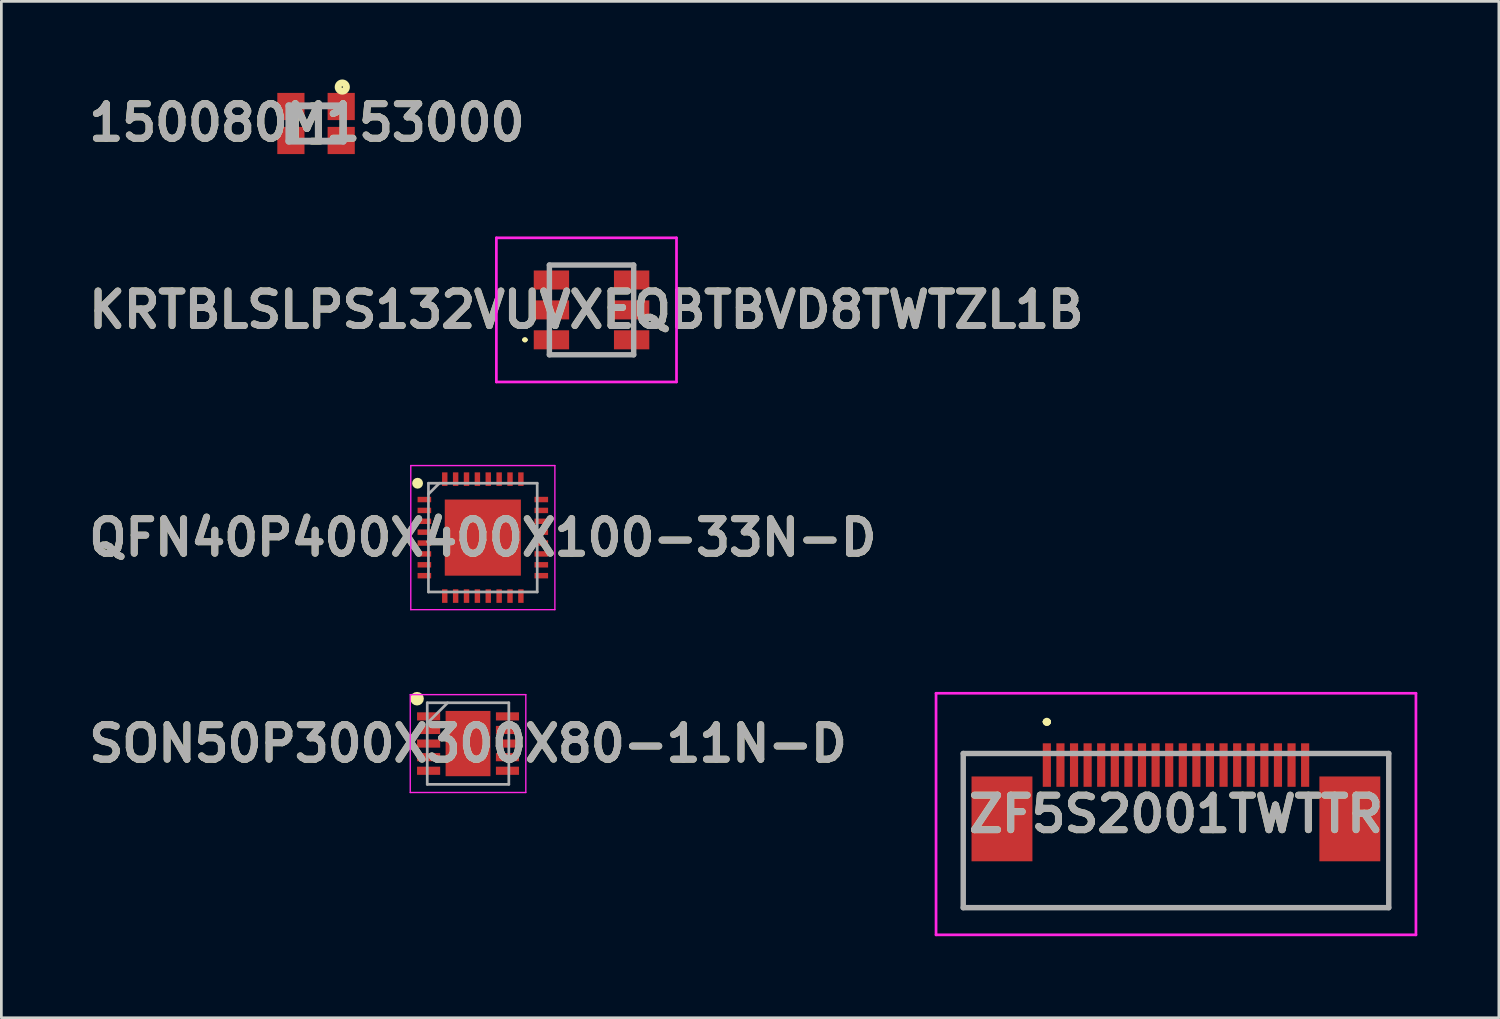
<source format=kicad_pcb>
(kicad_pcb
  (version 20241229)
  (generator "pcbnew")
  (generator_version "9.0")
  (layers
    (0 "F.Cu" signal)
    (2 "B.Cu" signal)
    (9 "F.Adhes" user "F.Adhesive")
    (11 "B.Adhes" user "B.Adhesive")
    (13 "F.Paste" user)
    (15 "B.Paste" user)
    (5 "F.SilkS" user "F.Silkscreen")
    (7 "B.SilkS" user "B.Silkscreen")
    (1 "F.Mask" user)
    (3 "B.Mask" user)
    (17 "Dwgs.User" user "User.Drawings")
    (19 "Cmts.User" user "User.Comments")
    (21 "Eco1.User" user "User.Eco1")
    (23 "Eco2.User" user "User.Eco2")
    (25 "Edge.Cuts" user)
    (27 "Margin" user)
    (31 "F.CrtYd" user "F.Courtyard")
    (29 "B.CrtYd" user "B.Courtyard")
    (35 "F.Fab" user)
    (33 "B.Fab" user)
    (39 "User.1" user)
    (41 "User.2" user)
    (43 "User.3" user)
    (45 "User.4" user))
  (footprint "KRTBLSLPS132VUVXEQBTBVD8TWTZL1B"
    (layer "F.Cu")
    (at 18.706 8.348)
    (property "Reference" "KRTBLSLPS132VUVXEQBTBVD8TWTZL1B" (at -0.188 0 0) (layer "F.SilkS") (effects (font (size 1.27 1.27) (thickness 0.254))))
    (attr smd)
    (fp_line (start -2.5 1.1) (end -2.5 1.1) (stroke (width 0.1) (type solid)) (layer "F.SilkS"))
    (fp_line (start -2.4 1.1) (end -2.4 1.1) (stroke (width 0.1) (type solid)) (layer "F.SilkS"))
    (fp_line (start -1.55 -1.65) (end 1.475 -1.65) (stroke (width 0.1) (type solid)) (layer "F.SilkS"))
    (fp_line (start -1.55 1.65) (end 1.475 1.65) (stroke (width 0.1) (type solid)) (layer "F.SilkS"))
    (fp_arc (start -2.5 1.1) (mid -2.45 1.05) (end -2.4 1.1) (stroke (width 0.1) (type solid)) (layer "F.SilkS"))
    (fp_arc (start -2.4 1.1) (mid -2.45 1.15) (end -2.5 1.1) (stroke (width 0.1) (type solid)) (layer "F.SilkS"))
    (fp_line (start -3.5 -2.65) (end 3.125 -2.65) (stroke (width 0.1) (type solid)) (layer "F.CrtYd"))
    (fp_line (start -3.5 2.65) (end -3.5 -2.65) (stroke (width 0.1) (type solid)) (layer "F.CrtYd"))
    (fp_line (start 3.125 -2.65) (end 3.125 2.65) (stroke (width 0.1) (type solid)) (layer "F.CrtYd"))
    (fp_line (start 3.125 2.65) (end -3.5 2.65) (stroke (width 0.1) (type solid)) (layer "F.CrtYd"))
    (fp_line (start -1.55 -1.65) (end 1.55 -1.65) (stroke (width 0.2) (type solid)) (layer "F.Fab"))
    (fp_line (start -1.55 1.65) (end -1.55 -1.65) (stroke (width 0.2) (type solid)) (layer "F.Fab"))
    (fp_line (start 1.55 -1.65) (end 1.55 1.65) (stroke (width 0.2) (type solid)) (layer "F.Fab"))
    (fp_line (start 1.55 1.65) (end -1.55 1.65) (stroke (width 0.2) (type solid)) (layer "F.Fab"))
    (fp_text user "${REFERENCE}" (at -0.188 0 0) (layer "F.Fab") (effects (font (size 1.27 1.27) (thickness 0.254))))
    (pad "A1" smd rect (at -1.475 1.1 90) (size 0.7 1.3) (layers "F.Cu" "F.Mask" "F.Paste"))
    (pad "A2" smd rect (at -1.475 0 90) (size 0.7 1.3) (layers "F.Cu" "F.Mask" "F.Paste"))
    (pad "A3" smd rect (at -1.475 -1.1 90) (size 0.7 1.3) (layers "F.Cu" "F.Mask" "F.Paste"))
    (pad "C1" smd rect (at 1.475 1.1 90) (size 0.7 1.3) (layers "F.Cu" "F.Mask" "F.Paste"))
    (pad "C2" smd rect (at 1.475 0 90) (size 0.7 1.3) (layers "F.Cu" "F.Mask" "F.Paste"))
    (pad "C3" smd rect (at 1.475 -1.1 90) (size 0.7 1.3) (layers "F.Cu" "F.Mask" "F.Paste")))
  (footprint "ZF5S2001TWTTR"
    (layer "F.Cu")
    (at 40.202 27.498)
    (property "Reference" "ZF5S2001TWTTR" (at 0 -0.607 0) (layer "F.SilkS") (effects (font (size 1.27 1.27) (thickness 0.254))))
    (attr smd)
    (fp_line (start -7.825 -2.835) (end -7.825 -2.835) (stroke (width 0.1) (type solid)) (layer "F.SilkS"))
    (fp_line (start -7.825 -2.835) (end -5.5 -2.835) (stroke (width 0.1) (type solid)) (layer "F.SilkS"))
    (fp_line (start -7.825 1.84) (end -7.825 1.84) (stroke (width 0.1) (type solid)) (layer "F.SilkS"))
    (fp_line (start -7.825 1.84) (end -7.825 2.835) (stroke (width 0.1) (type solid)) (layer "F.SilkS"))
    (fp_line (start -7.825 2.835) (end -7.825 1.84) (stroke (width 0.1) (type solid)) (layer "F.SilkS"))
    (fp_line (start -7.825 2.835) (end -7.825 2.835) (stroke (width 0.1) (type solid)) (layer "F.SilkS"))
    (fp_line (start -7.825 2.835) (end -7.825 2.835) (stroke (width 0.1) (type solid)) (layer "F.SilkS"))
    (fp_line (start -7.825 2.835) (end 7.75 2.835) (stroke (width 0.1) (type solid)) (layer "F.SilkS"))
    (fp_line (start -5.5 -2.835) (end -7.825 -2.835) (stroke (width 0.1) (type solid)) (layer "F.SilkS"))
    (fp_line (start -5.5 -2.835) (end -5.5 -2.835) (stroke (width 0.1) (type solid)) (layer "F.SilkS"))
    (fp_line (start -4.8 -4) (end -4.8 -4) (stroke (width 0.2) (type solid)) (layer "F.SilkS"))
    (fp_line (start -4.8 -4) (end -4.8 -4) (stroke (width 0.2) (type solid)) (layer "F.SilkS"))
    (fp_line (start -4.7 -4) (end -4.7 -4) (stroke (width 0.2) (type solid)) (layer "F.SilkS"))
    (fp_line (start 5.75 -2.835) (end 5.75 -2.835) (stroke (width 0.1) (type solid)) (layer "F.SilkS"))
    (fp_line (start 5.75 -2.835) (end 7.75 -2.835) (stroke (width 0.1) (type solid)) (layer "F.SilkS"))
    (fp_line (start 7.75 -2.835) (end 5.75 -2.835) (stroke (width 0.1) (type solid)) (layer "F.SilkS"))
    (fp_line (start 7.75 -2.835) (end 7.75 -2.835) (stroke (width 0.1) (type solid)) (layer "F.SilkS"))
    (fp_line (start 7.75 2.835) (end -7.825 2.835) (stroke (width 0.1) (type solid)) (layer "F.SilkS"))
    (fp_line (start 7.75 2.835) (end 7.75 2.835) (stroke (width 0.1) (type solid)) (layer "F.SilkS"))
    (fp_line (start 7.825 1.84) (end 7.825 1.84) (stroke (width 0.1) (type solid)) (layer "F.SilkS"))
    (fp_line (start 7.825 1.84) (end 7.825 2.835) (stroke (width 0.1) (type solid)) (layer "F.SilkS"))
    (fp_line (start 7.825 2.835) (end 7.825 1.84) (stroke (width 0.1) (type solid)) (layer "F.SilkS"))
    (fp_line (start 7.825 2.835) (end 7.825 2.835) (stroke (width 0.1) (type solid)) (layer "F.SilkS"))
    (fp_arc (start -4.8 -4) (mid -4.75 -4.05) (end -4.7 -4) (stroke (width 0.2) (type solid)) (layer "F.SilkS"))
    (fp_arc (start -4.7 -4) (mid -4.75 -3.95) (end -4.8 -4) (stroke (width 0.2) (type solid)) (layer "F.SilkS"))
    (fp_arc (start -4.7 -4) (mid -4.75 -3.95) (end -4.8 -4) (stroke (width 0.2) (type solid)) (layer "F.SilkS"))
    (fp_line (start -8.825 -5.05) (end 8.825 -5.05) (stroke (width 0.1) (type solid)) (layer "F.CrtYd"))
    (fp_line (start -8.825 3.835) (end -8.825 -5.05) (stroke (width 0.1) (type solid)) (layer "F.CrtYd"))
    (fp_line (start 8.825 -5.05) (end 8.825 3.835) (stroke (width 0.1) (type solid)) (layer "F.CrtYd"))
    (fp_line (start 8.825 3.835) (end -8.825 3.835) (stroke (width 0.1) (type solid)) (layer "F.CrtYd"))
    (fp_line (start -7.825 -2.835) (end -7.825 2.835) (stroke (width 0.2) (type solid)) (layer "F.Fab"))
    (fp_line (start -7.825 2.835) (end 7.825 2.835) (stroke (width 0.2) (type solid)) (layer "F.Fab"))
    (fp_line (start 7.825 -2.835) (end -7.825 -2.835) (stroke (width 0.2) (type solid)) (layer "F.Fab"))
    (fp_line (start 7.825 2.835) (end 7.825 -2.835) (stroke (width 0.2) (type solid)) (layer "F.Fab"))
    (fp_text user "${REFERENCE}" (at 0 -0.607 0) (layer "F.Fab") (effects (font (size 1.27 1.27) (thickness 0.254))))
    (pad "1" smd rect (at -4.75 -2.41) (size 0.3 1.6) (layers "F.Cu" "F.Mask" "F.Paste"))
    (pad "2" smd rect (at -4.25 -2.41) (size 0.3 1.6) (layers "F.Cu" "F.Mask" "F.Paste"))
    (pad "3" smd rect (at -3.75 -2.41) (size 0.3 1.6) (layers "F.Cu" "F.Mask" "F.Paste"))
    (pad "4" smd rect (at -3.25 -2.41) (size 0.3 1.6) (layers "F.Cu" "F.Mask" "F.Paste"))
    (pad "5" smd rect (at -2.75 -2.41) (size 0.3 1.6) (layers "F.Cu" "F.Mask" "F.Paste"))
    (pad "6" smd rect (at -2.25 -2.41) (size 0.3 1.6) (layers "F.Cu" "F.Mask" "F.Paste"))
    (pad "7" smd rect (at -1.75 -2.41) (size 0.3 1.6) (layers "F.Cu" "F.Mask" "F.Paste"))
    (pad "8" smd rect (at -1.25 -2.41) (size 0.3 1.6) (layers "F.Cu" "F.Mask" "F.Paste"))
    (pad "9" smd rect (at -0.75 -2.41) (size 0.3 1.6) (layers "F.Cu" "F.Mask" "F.Paste"))
    (pad "10" smd rect (at -0.25 -2.41) (size 0.3 1.6) (layers "F.Cu" "F.Mask" "F.Paste"))
    (pad "11" smd rect (at 0.25 -2.41) (size 0.3 1.6) (layers "F.Cu" "F.Mask" "F.Paste"))
    (pad "12" smd rect (at 0.75 -2.41) (size 0.3 1.6) (layers "F.Cu" "F.Mask" "F.Paste"))
    (pad "13" smd rect (at 1.25 -2.41) (size 0.3 1.6) (layers "F.Cu" "F.Mask" "F.Paste"))
    (pad "14" smd rect (at 1.75 -2.41) (size 0.3 1.6) (layers "F.Cu" "F.Mask" "F.Paste"))
    (pad "15" smd rect (at 2.25 -2.41) (size 0.3 1.6) (layers "F.Cu" "F.Mask" "F.Paste"))
    (pad "16" smd rect (at 2.75 -2.41) (size 0.3 1.6) (layers "F.Cu" "F.Mask" "F.Paste"))
    (pad "17" smd rect (at 3.25 -2.41) (size 0.3 1.6) (layers "F.Cu" "F.Mask" "F.Paste"))
    (pad "18" smd rect (at 3.75 -2.41) (size 0.3 1.6) (layers "F.Cu" "F.Mask" "F.Paste"))
    (pad "19" smd rect (at 4.25 -2.41) (size 0.3 1.6) (layers "F.Cu" "F.Mask" "F.Paste"))
    (pad "20" smd rect (at 4.75 -2.41) (size 0.3 1.6) (layers "F.Cu" "F.Mask" "F.Paste"))
    (pad "MP1" smd rect (at -6.4 -0.43) (size 2.24 3.12) (layers "F.Cu" "F.Mask" "F.Paste"))
    (pad "MP2" smd rect (at 6.394 -0.43) (size 2.24 3.12) (layers "F.Cu" "F.Mask" "F.Paste")))
  (footprint "SON50P300X300X80-11N-D"
    (layer "F.Cu")
    (at 14.164 24.298)
    (property "Reference" "SON50P300X300X80-11N-D" (at 0 0 0) (layer "F.SilkS") (effects (font (size 1.27 1.27) (thickness 0.254))))
    (attr smd)
    (fp_circle (center -1.875 -1.65) (end -1.875 -1.525) (stroke (width 0.25) (type solid)) (fill no) (layer "F.SilkS"))
    (fp_line (start -2.125 -1.8) (end 2.125 -1.8) (stroke (width 0.05) (type solid)) (layer "F.CrtYd"))
    (fp_line (start -2.125 1.8) (end -2.125 -1.8) (stroke (width 0.05) (type solid)) (layer "F.CrtYd"))
    (fp_line (start 2.125 -1.8) (end 2.125 1.8) (stroke (width 0.05) (type solid)) (layer "F.CrtYd"))
    (fp_line (start 2.125 1.8) (end -2.125 1.8) (stroke (width 0.05) (type solid)) (layer "F.CrtYd"))
    (fp_line (start -1.5 -1.5) (end 1.5 -1.5) (stroke (width 0.1) (type solid)) (layer "F.Fab"))
    (fp_line (start -1.5 -0.75) (end -0.75 -1.5) (stroke (width 0.1) (type solid)) (layer "F.Fab"))
    (fp_line (start -1.5 1.5) (end -1.5 -1.5) (stroke (width 0.1) (type solid)) (layer "F.Fab"))
    (fp_line (start 1.5 -1.5) (end 1.5 1.5) (stroke (width 0.1) (type solid)) (layer "F.Fab"))
    (fp_line (start 1.5 1.5) (end -1.5 1.5) (stroke (width 0.1) (type solid)) (layer "F.Fab"))
    (fp_text user "${REFERENCE}" (at 0 0 0) (layer "F.Fab") (effects (font (size 1.27 1.27) (thickness 0.254))))
    (pad "1" smd rect (at -1.45 -1 90) (size 0.3 0.85) (layers "F.Cu" "F.Mask" "F.Paste"))
    (pad "2" smd rect (at -1.45 -0.5 90) (size 0.3 0.85) (layers "F.Cu" "F.Mask" "F.Paste"))
    (pad "3" smd rect (at -1.45 0 90) (size 0.3 0.85) (layers "F.Cu" "F.Mask" "F.Paste"))
    (pad "4" smd rect (at -1.45 0.5 90) (size 0.3 0.85) (layers "F.Cu" "F.Mask" "F.Paste"))
    (pad "5" smd rect (at -1.45 1 90) (size 0.3 0.85) (layers "F.Cu" "F.Mask" "F.Paste"))
    (pad "6" smd rect (at 1.45 1 90) (size 0.3 0.85) (layers "F.Cu" "F.Mask" "F.Paste"))
    (pad "7" smd rect (at 1.45 0.5 90) (size 0.3 0.85) (layers "F.Cu" "F.Mask" "F.Paste"))
    (pad "8" smd rect (at 1.45 0 90) (size 0.3 0.85) (layers "F.Cu" "F.Mask" "F.Paste"))
    (pad "9" smd rect (at 1.45 -0.5 90) (size 0.3 0.85) (layers "F.Cu" "F.Mask" "F.Paste"))
    (pad "10" smd rect (at 1.45 -1 90) (size 0.3 0.85) (layers "F.Cu" "F.Mask" "F.Paste"))
    (pad "11" smd rect (at 0 0) (size 1.65 2.4) (layers "F.Cu" "F.Mask" "F.Paste")))
  (footprint "150080M153000"
    (layer "F.Cu")
    (at 8.574 1.492)
    (property "Reference" "150080M153000" (at -0.337 -0.032 0) (layer "F.SilkS") (effects (font (size 1.27 1.27) (thickness 0.254))))
    (attr smd)
    (fp_line (start -0.15 -0.65) (end 0.15 -0.65) (stroke (width 0.254) (type solid)) (layer "F.SilkS"))
    (fp_line (start -0.15 0.65) (end 0.15 0.65) (stroke (width 0.254) (type solid)) (layer "F.SilkS"))
    (fp_circle (center 0.965 -1.34) (end 0.965 -1.315) (stroke (width 0.254) (type solid)) (fill no) (layer "F.SilkS"))
    (fp_line (start -1 -0.65) (end 1 -0.65) (stroke (width 0.254) (type solid)) (layer "F.Fab"))
    (fp_line (start -1 0.65) (end -1 -0.65) (stroke (width 0.254) (type solid)) (layer "F.Fab"))
    (fp_line (start 1 -0.65) (end 1 0.65) (stroke (width 0.254) (type solid)) (layer "F.Fab"))
    (fp_line (start 1 0.65) (end -1 0.65) (stroke (width 0.254) (type solid)) (layer "F.Fab"))
    (fp_text user "${REFERENCE}" (at -0.337 -0.032 0) (layer "F.Fab") (effects (font (size 1.27 1.27) (thickness 0.254))))
    (pad "1" smd rect (at 0.925 -0.625 90) (size 1 1) (layers "F.Cu" "F.Mask" "F.Paste"))
    (pad "2" smd rect (at 0.925 0.625 90) (size 1 1) (layers "F.Cu" "F.Mask" "F.Paste"))
    (pad "3" smd rect (at -0.925 0.625 90) (size 1 1) (layers "F.Cu" "F.Mask" "F.Paste"))
    (pad "4" smd rect (at -0.925 -0.625 90) (size 1 1) (layers "F.Cu" "F.Mask" "F.Paste")))
  (footprint "QFN40P400X400X100-33N-D"
    (layer "F.Cu")
    (at 14.708 16.723)
    (property "Reference" "QFN40P400X400X100-33N-D" (at 0 0 0) (layer "F.SilkS") (effects (font (size 1.27 1.27) (thickness 0.254))))
    (attr smd)
    (fp_circle (center -2.4 -2) (end -2.4 -1.9) (stroke (width 0.2) (type solid)) (fill no) (layer "F.SilkS"))
    (fp_line (start -2.65 -2.65) (end 2.65 -2.65) (stroke (width 0.05) (type solid)) (layer "F.CrtYd"))
    (fp_line (start -2.65 2.65) (end -2.65 -2.65) (stroke (width 0.05) (type solid)) (layer "F.CrtYd"))
    (fp_line (start 2.65 -2.65) (end 2.65 2.65) (stroke (width 0.05) (type solid)) (layer "F.CrtYd"))
    (fp_line (start 2.65 2.65) (end -2.65 2.65) (stroke (width 0.05) (type solid)) (layer "F.CrtYd"))
    (fp_line (start -2 -2) (end 2 -2) (stroke (width 0.1) (type solid)) (layer "F.Fab"))
    (fp_line (start -2 -1.6) (end -1.6 -2) (stroke (width 0.1) (type solid)) (layer "F.Fab"))
    (fp_line (start -2 2) (end -2 -2) (stroke (width 0.1) (type solid)) (layer "F.Fab"))
    (fp_line (start 2 -2) (end 2 2) (stroke (width 0.1) (type solid)) (layer "F.Fab"))
    (fp_line (start 2 2) (end -2 2) (stroke (width 0.1) (type solid)) (layer "F.Fab"))
    (fp_text user "${REFERENCE}" (at 0 0 0) (layer "F.Fab") (effects (font (size 1.27 1.27) (thickness 0.254))))
    (pad "1" smd rect (at -2.15 -1.4 90) (size 0.2 0.5) (layers "F.Cu" "F.Mask" "F.Paste"))
    (pad "2" smd rect (at -2.15 -1 90) (size 0.2 0.5) (layers "F.Cu" "F.Mask" "F.Paste"))
    (pad "3" smd rect (at -2.15 -0.6 90) (size 0.2 0.5) (layers "F.Cu" "F.Mask" "F.Paste"))
    (pad "4" smd rect (at -2.15 -0.2 90) (size 0.2 0.5) (layers "F.Cu" "F.Mask" "F.Paste"))
    (pad "5" smd rect (at -2.15 0.2 90) (size 0.2 0.5) (layers "F.Cu" "F.Mask" "F.Paste"))
    (pad "6" smd rect (at -2.15 0.6 90) (size 0.2 0.5) (layers "F.Cu" "F.Mask" "F.Paste"))
    (pad "7" smd rect (at -2.15 1 90) (size 0.2 0.5) (layers "F.Cu" "F.Mask" "F.Paste"))
    (pad "8" smd rect (at -2.15 1.4 90) (size 0.2 0.5) (layers "F.Cu" "F.Mask" "F.Paste"))
    (pad "9" smd rect (at -1.4 2.15) (size 0.2 0.5) (layers "F.Cu" "F.Mask" "F.Paste"))
    (pad "10" smd rect (at -1 2.15) (size 0.2 0.5) (layers "F.Cu" "F.Mask" "F.Paste"))
    (pad "11" smd rect (at -0.6 2.15) (size 0.2 0.5) (layers "F.Cu" "F.Mask" "F.Paste"))
    (pad "12" smd rect (at -0.2 2.15) (size 0.2 0.5) (layers "F.Cu" "F.Mask" "F.Paste"))
    (pad "13" smd rect (at 0.2 2.15) (size 0.2 0.5) (layers "F.Cu" "F.Mask" "F.Paste"))
    (pad "14" smd rect (at 0.6 2.15) (size 0.2 0.5) (layers "F.Cu" "F.Mask" "F.Paste"))
    (pad "15" smd rect (at 1 2.15) (size 0.2 0.5) (layers "F.Cu" "F.Mask" "F.Paste"))
    (pad "16" smd rect (at 1.4 2.15) (size 0.2 0.5) (layers "F.Cu" "F.Mask" "F.Paste"))
    (pad "17" smd rect (at 2.15 1.4 90) (size 0.2 0.5) (layers "F.Cu" "F.Mask" "F.Paste"))
    (pad "18" smd rect (at 2.15 1 90) (size 0.2 0.5) (layers "F.Cu" "F.Mask" "F.Paste"))
    (pad "19" smd rect (at 2.15 0.6 90) (size 0.2 0.5) (layers "F.Cu" "F.Mask" "F.Paste"))
    (pad "20" smd rect (at 2.15 0.2 90) (size 0.2 0.5) (layers "F.Cu" "F.Mask" "F.Paste"))
    (pad "21" smd rect (at 2.15 -0.2 90) (size 0.2 0.5) (layers "F.Cu" "F.Mask" "F.Paste"))
    (pad "22" smd rect (at 2.15 -0.6 90) (size 0.2 0.5) (layers "F.Cu" "F.Mask" "F.Paste"))
    (pad "23" smd rect (at 2.15 -1 90) (size 0.2 0.5) (layers "F.Cu" "F.Mask" "F.Paste"))
    (pad "24" smd rect (at 2.15 -1.4 90) (size 0.2 0.5) (layers "F.Cu" "F.Mask" "F.Paste"))
    (pad "25" smd rect (at 1.4 -2.15) (size 0.2 0.5) (layers "F.Cu" "F.Mask" "F.Paste"))
    (pad "26" smd rect (at 1 -2.15) (size 0.2 0.5) (layers "F.Cu" "F.Mask" "F.Paste"))
    (pad "27" smd rect (at 0.6 -2.15) (size 0.2 0.5) (layers "F.Cu" "F.Mask" "F.Paste"))
    (pad "28" smd rect (at 0.2 -2.15) (size 0.2 0.5) (layers "F.Cu" "F.Mask" "F.Paste"))
    (pad "29" smd rect (at -0.2 -2.15) (size 0.2 0.5) (layers "F.Cu" "F.Mask" "F.Paste"))
    (pad "30" smd rect (at -0.6 -2.15) (size 0.2 0.5) (layers "F.Cu" "F.Mask" "F.Paste"))
    (pad "31" smd rect (at -1 -2.15) (size 0.2 0.5) (layers "F.Cu" "F.Mask" "F.Paste"))
    (pad "32" smd rect (at -1.4 -2.15) (size 0.2 0.5) (layers "F.Cu" "F.Mask" "F.Paste"))
    (pad "33" smd rect (at 0 0) (size 2.8 2.8) (layers "F.Cu" "F.Mask" "F.Paste")))
  (gr_rect
    (start -3 -3)
    (end 52.077 34.383)
    (stroke (width 0.1) (type default))
    (fill no)
    (layer "Edge.Cuts")))
</source>
